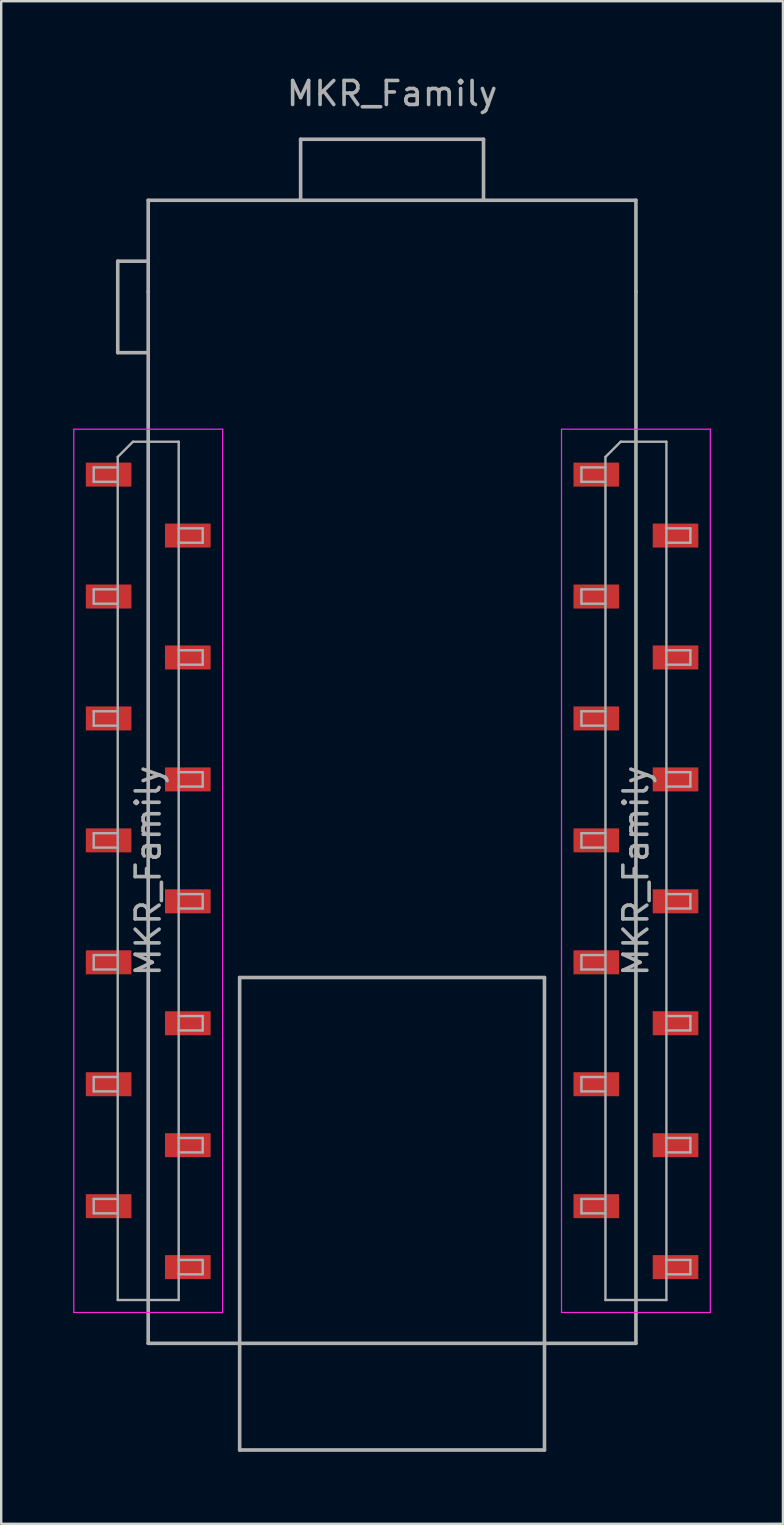
<source format=kicad_pcb>
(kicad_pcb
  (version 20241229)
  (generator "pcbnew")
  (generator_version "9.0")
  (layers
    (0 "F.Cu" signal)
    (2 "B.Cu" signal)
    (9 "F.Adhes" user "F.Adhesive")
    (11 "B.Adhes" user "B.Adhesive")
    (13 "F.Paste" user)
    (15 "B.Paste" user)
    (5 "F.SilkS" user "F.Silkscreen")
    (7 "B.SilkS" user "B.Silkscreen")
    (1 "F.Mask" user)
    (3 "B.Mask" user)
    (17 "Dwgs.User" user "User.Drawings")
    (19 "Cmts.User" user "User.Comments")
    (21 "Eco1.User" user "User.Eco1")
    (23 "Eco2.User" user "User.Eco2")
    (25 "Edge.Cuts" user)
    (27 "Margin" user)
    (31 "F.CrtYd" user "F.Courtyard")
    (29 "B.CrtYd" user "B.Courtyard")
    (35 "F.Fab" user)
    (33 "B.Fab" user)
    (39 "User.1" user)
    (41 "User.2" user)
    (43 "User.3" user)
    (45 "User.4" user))
  (footprint "MKR_Family"
    (layer "F.Cu")
    (at 13.285 33.233)
    (property "Reference" "MKR_Family" (at 0 -32.385 0) (layer "F.Fab") (effects (font (size 1 1) (thickness 0.15))))
    (attr smd)
    (fp_line (start -13.26 -18.4) (end -7.06 -18.4) (stroke (width 0.05) (type solid)) (layer "F.CrtYd"))
    (fp_line (start -13.26 18.4) (end -13.26 -18.4) (stroke (width 0.05) (type solid)) (layer "F.CrtYd"))
    (fp_line (start -7.06 -18.4) (end -7.06 18.4) (stroke (width 0.05) (type solid)) (layer "F.CrtYd"))
    (fp_line (start -7.06 18.4) (end -13.26 18.4) (stroke (width 0.05) (type solid)) (layer "F.CrtYd"))
    (fp_line (start 7.06 -18.4) (end 13.26 -18.4) (stroke (width 0.05) (type solid)) (layer "F.CrtYd"))
    (fp_line (start 7.06 18.4) (end 7.06 -18.4) (stroke (width 0.05) (type solid)) (layer "F.CrtYd"))
    (fp_line (start 13.26 -18.4) (end 13.26 18.4) (stroke (width 0.05) (type solid)) (layer "F.CrtYd"))
    (fp_line (start 13.26 18.4) (end 7.06 18.4) (stroke (width 0.05) (type solid)) (layer "F.CrtYd"))
    (fp_line (start -12.43 -16.81) (end -11.43 -16.81) (stroke (width 0.1) (type solid)) (layer "F.Fab"))
    (fp_line (start -12.43 -16.21) (end -12.43 -16.81) (stroke (width 0.1) (type solid)) (layer "F.Fab"))
    (fp_line (start -12.43 -11.73) (end -11.43 -11.73) (stroke (width 0.1) (type solid)) (layer "F.Fab"))
    (fp_line (start -12.43 -11.13) (end -12.43 -11.73) (stroke (width 0.1) (type solid)) (layer "F.Fab"))
    (fp_line (start -12.43 -6.65) (end -11.43 -6.65) (stroke (width 0.1) (type solid)) (layer "F.Fab"))
    (fp_line (start -12.43 -6.05) (end -12.43 -6.65) (stroke (width 0.1) (type solid)) (layer "F.Fab"))
    (fp_line (start -12.43 -1.57) (end -11.43 -1.57) (stroke (width 0.1) (type solid)) (layer "F.Fab"))
    (fp_line (start -12.43 -0.97) (end -12.43 -1.57) (stroke (width 0.1) (type solid)) (layer "F.Fab"))
    (fp_line (start -12.43 3.51) (end -11.43 3.51) (stroke (width 0.1) (type solid)) (layer "F.Fab"))
    (fp_line (start -12.43 4.11) (end -12.43 3.51) (stroke (width 0.1) (type solid)) (layer "F.Fab"))
    (fp_line (start -12.43 8.59) (end -11.43 8.59) (stroke (width 0.1) (type solid)) (layer "F.Fab"))
    (fp_line (start -12.43 9.19) (end -12.43 8.59) (stroke (width 0.1) (type solid)) (layer "F.Fab"))
    (fp_line (start -12.43 13.67) (end -11.43 13.67) (stroke (width 0.1) (type solid)) (layer "F.Fab"))
    (fp_line (start -12.43 14.27) (end -12.43 13.67) (stroke (width 0.1) (type solid)) (layer "F.Fab"))
    (fp_line (start -11.43 -25.4) (end -10.16 -25.4) (stroke (width 0.15) (type solid)) (layer "F.Fab"))
    (fp_line (start -11.43 -21.59) (end -11.43 -25.4) (stroke (width 0.15) (type solid)) (layer "F.Fab"))
    (fp_line (start -11.43 -17.245) (end -10.795 -17.88) (stroke (width 0.1) (type solid)) (layer "F.Fab"))
    (fp_line (start -11.43 -16.21) (end -12.43 -16.21) (stroke (width 0.1) (type solid)) (layer "F.Fab"))
    (fp_line (start -11.43 -11.13) (end -12.43 -11.13) (stroke (width 0.1) (type solid)) (layer "F.Fab"))
    (fp_line (start -11.43 -6.05) (end -12.43 -6.05) (stroke (width 0.1) (type solid)) (layer "F.Fab"))
    (fp_line (start -11.43 -0.97) (end -12.43 -0.97) (stroke (width 0.1) (type solid)) (layer "F.Fab"))
    (fp_line (start -11.43 4.11) (end -12.43 4.11) (stroke (width 0.1) (type solid)) (layer "F.Fab"))
    (fp_line (start -11.43 9.19) (end -12.43 9.19) (stroke (width 0.1) (type solid)) (layer "F.Fab"))
    (fp_line (start -11.43 14.27) (end -12.43 14.27) (stroke (width 0.1) (type solid)) (layer "F.Fab"))
    (fp_line (start -11.43 17.88) (end -11.43 -17.245) (stroke (width 0.1) (type solid)) (layer "F.Fab"))
    (fp_line (start -10.795 -17.88) (end -8.89 -17.88) (stroke (width 0.1) (type solid)) (layer "F.Fab"))
    (fp_line (start -10.16 -27.94) (end 10.16 -27.94) (stroke (width 0.15) (type solid)) (layer "F.Fab"))
    (fp_line (start -10.16 -24.13) (end -10.16 -27.94) (stroke (width 0.15) (type solid)) (layer "F.Fab"))
    (fp_line (start -10.16 -24.13) (end -10.16 19.685) (stroke (width 0.15) (type solid)) (layer "F.Fab"))
    (fp_line (start -10.16 -21.59) (end -11.43 -21.59) (stroke (width 0.15) (type solid)) (layer "F.Fab"))
    (fp_line (start -10.16 19.685) (end 10.16 19.685) (stroke (width 0.15) (type solid)) (layer "F.Fab"))
    (fp_line (start -8.89 -17.88) (end -8.89 17.88) (stroke (width 0.1) (type solid)) (layer "F.Fab"))
    (fp_line (start -8.89 -14.27) (end -7.89 -14.27) (stroke (width 0.1) (type solid)) (layer "F.Fab"))
    (fp_line (start -8.89 -9.19) (end -7.89 -9.19) (stroke (width 0.1) (type solid)) (layer "F.Fab"))
    (fp_line (start -8.89 -4.11) (end -7.89 -4.11) (stroke (width 0.1) (type solid)) (layer "F.Fab"))
    (fp_line (start -8.89 0.97) (end -7.89 0.97) (stroke (width 0.1) (type solid)) (layer "F.Fab"))
    (fp_line (start -8.89 6.05) (end -7.89 6.05) (stroke (width 0.1) (type solid)) (layer "F.Fab"))
    (fp_line (start -8.89 11.13) (end -7.89 11.13) (stroke (width 0.1) (type solid)) (layer "F.Fab"))
    (fp_line (start -8.89 16.21) (end -7.89 16.21) (stroke (width 0.1) (type solid)) (layer "F.Fab"))
    (fp_line (start -8.89 17.88) (end -11.43 17.88) (stroke (width 0.1) (type solid)) (layer "F.Fab"))
    (fp_line (start -7.89 -14.27) (end -7.89 -13.67) (stroke (width 0.1) (type solid)) (layer "F.Fab"))
    (fp_line (start -7.89 -13.67) (end -8.89 -13.67) (stroke (width 0.1) (type solid)) (layer "F.Fab"))
    (fp_line (start -7.89 -9.19) (end -7.89 -8.59) (stroke (width 0.1) (type solid)) (layer "F.Fab"))
    (fp_line (start -7.89 -8.59) (end -8.89 -8.59) (stroke (width 0.1) (type solid)) (layer "F.Fab"))
    (fp_line (start -7.89 -4.11) (end -7.89 -3.51) (stroke (width 0.1) (type solid)) (layer "F.Fab"))
    (fp_line (start -7.89 -3.51) (end -8.89 -3.51) (stroke (width 0.1) (type solid)) (layer "F.Fab"))
    (fp_line (start -7.89 0.97) (end -7.89 1.57) (stroke (width 0.1) (type solid)) (layer "F.Fab"))
    (fp_line (start -7.89 1.57) (end -8.89 1.57) (stroke (width 0.1) (type solid)) (layer "F.Fab"))
    (fp_line (start -7.89 6.05) (end -7.89 6.65) (stroke (width 0.1) (type solid)) (layer "F.Fab"))
    (fp_line (start -7.89 6.65) (end -8.89 6.65) (stroke (width 0.1) (type solid)) (layer "F.Fab"))
    (fp_line (start -7.89 11.13) (end -7.89 11.73) (stroke (width 0.1) (type solid)) (layer "F.Fab"))
    (fp_line (start -7.89 11.73) (end -8.89 11.73) (stroke (width 0.1) (type solid)) (layer "F.Fab"))
    (fp_line (start -7.89 16.21) (end -7.89 16.81) (stroke (width 0.1) (type solid)) (layer "F.Fab"))
    (fp_line (start -7.89 16.81) (end -8.89 16.81) (stroke (width 0.1) (type solid)) (layer "F.Fab"))
    (fp_line (start -6.35 4.445) (end -6.35 24.13) (stroke (width 0.15) (type solid)) (layer "F.Fab"))
    (fp_line (start -6.35 24.13) (end 6.35 24.13) (stroke (width 0.15) (type solid)) (layer "F.Fab"))
    (fp_line (start -3.81 -30.48) (end 3.81 -30.48) (stroke (width 0.15) (type solid)) (layer "F.Fab"))
    (fp_line (start -3.81 -27.94) (end -3.81 -30.48) (stroke (width 0.15) (type solid)) (layer "F.Fab"))
    (fp_line (start 3.81 -30.48) (end 3.81 -27.94) (stroke (width 0.15) (type solid)) (layer "F.Fab"))
    (fp_line (start 6.35 4.445) (end -6.35 4.445) (stroke (width 0.15) (type solid)) (layer "F.Fab"))
    (fp_line (start 6.35 24.13) (end 6.35 4.445) (stroke (width 0.15) (type solid)) (layer "F.Fab"))
    (fp_line (start 7.89 -16.81) (end 8.89 -16.81) (stroke (width 0.1) (type solid)) (layer "F.Fab"))
    (fp_line (start 7.89 -16.21) (end 7.89 -16.81) (stroke (width 0.1) (type solid)) (layer "F.Fab"))
    (fp_line (start 7.89 -11.73) (end 8.89 -11.73) (stroke (width 0.1) (type solid)) (layer "F.Fab"))
    (fp_line (start 7.89 -11.13) (end 7.89 -11.73) (stroke (width 0.1) (type solid)) (layer "F.Fab"))
    (fp_line (start 7.89 -6.65) (end 8.89 -6.65) (stroke (width 0.1) (type solid)) (layer "F.Fab"))
    (fp_line (start 7.89 -6.05) (end 7.89 -6.65) (stroke (width 0.1) (type solid)) (layer "F.Fab"))
    (fp_line (start 7.89 -1.57) (end 8.89 -1.57) (stroke (width 0.1) (type solid)) (layer "F.Fab"))
    (fp_line (start 7.89 -0.97) (end 7.89 -1.57) (stroke (width 0.1) (type solid)) (layer "F.Fab"))
    (fp_line (start 7.89 3.51) (end 8.89 3.51) (stroke (width 0.1) (type solid)) (layer "F.Fab"))
    (fp_line (start 7.89 4.11) (end 7.89 3.51) (stroke (width 0.1) (type solid)) (layer "F.Fab"))
    (fp_line (start 7.89 8.59) (end 8.89 8.59) (stroke (width 0.1) (type solid)) (layer "F.Fab"))
    (fp_line (start 7.89 9.19) (end 7.89 8.59) (stroke (width 0.1) (type solid)) (layer "F.Fab"))
    (fp_line (start 7.89 13.67) (end 8.89 13.67) (stroke (width 0.1) (type solid)) (layer "F.Fab"))
    (fp_line (start 7.89 14.27) (end 7.89 13.67) (stroke (width 0.1) (type solid)) (layer "F.Fab"))
    (fp_line (start 8.89 -17.245) (end 9.525 -17.88) (stroke (width 0.1) (type solid)) (layer "F.Fab"))
    (fp_line (start 8.89 -16.21) (end 7.89 -16.21) (stroke (width 0.1) (type solid)) (layer "F.Fab"))
    (fp_line (start 8.89 -11.13) (end 7.89 -11.13) (stroke (width 0.1) (type solid)) (layer "F.Fab"))
    (fp_line (start 8.89 -6.05) (end 7.89 -6.05) (stroke (width 0.1) (type solid)) (layer "F.Fab"))
    (fp_line (start 8.89 -0.97) (end 7.89 -0.97) (stroke (width 0.1) (type solid)) (layer "F.Fab"))
    (fp_line (start 8.89 4.11) (end 7.89 4.11) (stroke (width 0.1) (type solid)) (layer "F.Fab"))
    (fp_line (start 8.89 9.19) (end 7.89 9.19) (stroke (width 0.1) (type solid)) (layer "F.Fab"))
    (fp_line (start 8.89 14.27) (end 7.89 14.27) (stroke (width 0.1) (type solid)) (layer "F.Fab"))
    (fp_line (start 8.89 17.88) (end 8.89 -17.245) (stroke (width 0.1) (type solid)) (layer "F.Fab"))
    (fp_line (start 9.525 -17.88) (end 11.43 -17.88) (stroke (width 0.1) (type solid)) (layer "F.Fab"))
    (fp_line (start 10.16 -27.94) (end 10.16 -24.13) (stroke (width 0.15) (type solid)) (layer "F.Fab"))
    (fp_line (start 10.16 19.685) (end 10.16 -24.13) (stroke (width 0.15) (type solid)) (layer "F.Fab"))
    (fp_line (start 11.43 -17.88) (end 11.43 17.88) (stroke (width 0.1) (type solid)) (layer "F.Fab"))
    (fp_line (start 11.43 -14.27) (end 12.43 -14.27) (stroke (width 0.1) (type solid)) (layer "F.Fab"))
    (fp_line (start 11.43 -9.19) (end 12.43 -9.19) (stroke (width 0.1) (type solid)) (layer "F.Fab"))
    (fp_line (start 11.43 -4.11) (end 12.43 -4.11) (stroke (width 0.1) (type solid)) (layer "F.Fab"))
    (fp_line (start 11.43 0.97) (end 12.43 0.97) (stroke (width 0.1) (type solid)) (layer "F.Fab"))
    (fp_line (start 11.43 6.05) (end 12.43 6.05) (stroke (width 0.1) (type solid)) (layer "F.Fab"))
    (fp_line (start 11.43 11.13) (end 12.43 11.13) (stroke (width 0.1) (type solid)) (layer "F.Fab"))
    (fp_line (start 11.43 16.21) (end 12.43 16.21) (stroke (width 0.1) (type solid)) (layer "F.Fab"))
    (fp_line (start 11.43 17.88) (end 8.89 17.88) (stroke (width 0.1) (type solid)) (layer "F.Fab"))
    (fp_line (start 12.43 -14.27) (end 12.43 -13.67) (stroke (width 0.1) (type solid)) (layer "F.Fab"))
    (fp_line (start 12.43 -13.67) (end 11.43 -13.67) (stroke (width 0.1) (type solid)) (layer "F.Fab"))
    (fp_line (start 12.43 -9.19) (end 12.43 -8.59) (stroke (width 0.1) (type solid)) (layer "F.Fab"))
    (fp_line (start 12.43 -8.59) (end 11.43 -8.59) (stroke (width 0.1) (type solid)) (layer "F.Fab"))
    (fp_line (start 12.43 -4.11) (end 12.43 -3.51) (stroke (width 0.1) (type solid)) (layer "F.Fab"))
    (fp_line (start 12.43 -3.51) (end 11.43 -3.51) (stroke (width 0.1) (type solid)) (layer "F.Fab"))
    (fp_line (start 12.43 0.97) (end 12.43 1.57) (stroke (width 0.1) (type solid)) (layer "F.Fab"))
    (fp_line (start 12.43 1.57) (end 11.43 1.57) (stroke (width 0.1) (type solid)) (layer "F.Fab"))
    (fp_line (start 12.43 6.05) (end 12.43 6.65) (stroke (width 0.1) (type solid)) (layer "F.Fab"))
    (fp_line (start 12.43 6.65) (end 11.43 6.65) (stroke (width 0.1) (type solid)) (layer "F.Fab"))
    (fp_line (start 12.43 11.13) (end 12.43 11.73) (stroke (width 0.1) (type solid)) (layer "F.Fab"))
    (fp_line (start 12.43 11.73) (end 11.43 11.73) (stroke (width 0.1) (type solid)) (layer "F.Fab"))
    (fp_line (start 12.43 16.21) (end 12.43 16.81) (stroke (width 0.1) (type solid)) (layer "F.Fab"))
    (fp_line (start 12.43 16.81) (end 11.43 16.81) (stroke (width 0.1) (type solid)) (layer "F.Fab"))
    (fp_poly (pts (xy 6.35 24.13) (xy -6.35 24.13) (xy -6.35 4.445) (xy 6.35 4.445)) (stroke (width 0.1) (type solid)) (fill no) (layer "F.Fab"))
    (fp_text user "${REFERENCE}" (at 10.16 0 90) (layer "F.Fab") (effects (font (size 1 1) (thickness 0.15))))
    (fp_text user "${REFERENCE}" (at -10.16 0 90) (layer "F.Fab") (effects (font (size 1 1) (thickness 0.15))))
    (pad "1" smd rect (at -11.81 -16.51) (size 1.9 1) (layers "F.Cu" "F.Mask" "F.Paste"))
    (pad "2" smd rect (at -8.51 -13.97) (size 1.9 1) (layers "F.Cu" "F.Mask" "F.Paste"))
    (pad "3" smd rect (at -11.81 -11.43) (size 1.9 1) (layers "F.Cu" "F.Mask" "F.Paste"))
    (pad "4" smd rect (at -8.51 -8.89) (size 1.9 1) (layers "F.Cu" "F.Mask" "F.Paste"))
    (pad "5" smd rect (at -11.81 -6.35) (size 1.9 1) (layers "F.Cu" "F.Mask" "F.Paste"))
    (pad "6" smd rect (at -8.51 -3.81) (size 1.9 1) (layers "F.Cu" "F.Mask" "F.Paste"))
    (pad "7" smd rect (at -11.81 -1.27) (size 1.9 1) (layers "F.Cu" "F.Mask" "F.Paste"))
    (pad "8" smd rect (at -8.51 1.27) (size 1.9 1) (layers "F.Cu" "F.Mask" "F.Paste"))
    (pad "9" smd rect (at -11.81 3.81) (size 1.9 1) (layers "F.Cu" "F.Mask" "F.Paste"))
    (pad "10" smd rect (at -8.51 6.35) (size 1.9 1) (layers "F.Cu" "F.Mask" "F.Paste"))
    (pad "11" smd rect (at -11.81 8.89) (size 1.9 1) (layers "F.Cu" "F.Mask" "F.Paste"))
    (pad "12" smd rect (at -8.51 11.43) (size 1.9 1) (layers "F.Cu" "F.Mask" "F.Paste"))
    (pad "13" smd rect (at -11.81 13.97) (size 1.9 1) (layers "F.Cu" "F.Mask" "F.Paste"))
    (pad "14" smd rect (at -8.51 16.51) (size 1.9 1) (layers "F.Cu" "F.Mask" "F.Paste"))
    (pad "15" smd rect (at 11.81 16.51) (size 1.9 1) (layers "F.Cu" "F.Mask" "F.Paste"))
    (pad "16" smd rect (at 8.51 13.97) (size 1.9 1) (layers "F.Cu" "F.Mask" "F.Paste"))
    (pad "17" smd rect (at 11.81 11.43) (size 1.9 1) (layers "F.Cu" "F.Mask" "F.Paste"))
    (pad "18" smd rect (at 8.51 8.89) (size 1.9 1) (layers "F.Cu" "F.Mask" "F.Paste"))
    (pad "19" smd rect (at 11.81 6.35) (size 1.9 1) (layers "F.Cu" "F.Mask" "F.Paste"))
    (pad "20" smd rect (at 8.51 3.81) (size 1.9 1) (layers "F.Cu" "F.Mask" "F.Paste"))
    (pad "21" smd rect (at 11.81 1.27) (size 1.9 1) (layers "F.Cu" "F.Mask" "F.Paste"))
    (pad "22" smd rect (at 8.51 -1.27) (size 1.9 1) (layers "F.Cu" "F.Mask" "F.Paste"))
    (pad "23" smd rect (at 11.81 -3.81) (size 1.9 1) (layers "F.Cu" "F.Mask" "F.Paste"))
    (pad "24" smd rect (at 8.51 -6.35) (size 1.9 1) (layers "F.Cu" "F.Mask" "F.Paste"))
    (pad "25" smd rect (at 11.81 -8.89) (size 1.9 1) (layers "F.Cu" "F.Mask" "F.Paste"))
    (pad "26" smd rect (at 8.51 -11.43) (size 1.9 1) (layers "F.Cu" "F.Mask" "F.Paste"))
    (pad "27" smd rect (at 11.81 -13.97) (size 1.9 1) (layers "F.Cu" "F.Mask" "F.Paste"))
    (pad "28" smd rect (at 8.51 -16.51) (size 1.9 1) (layers "F.Cu" "F.Mask" "F.Paste")))
  (gr_rect
    (start -3 -3)
    (end 29.57 60.438)
    (stroke (width 0.1) (type default))
    (fill no)
    (layer "Edge.Cuts")))
</source>
